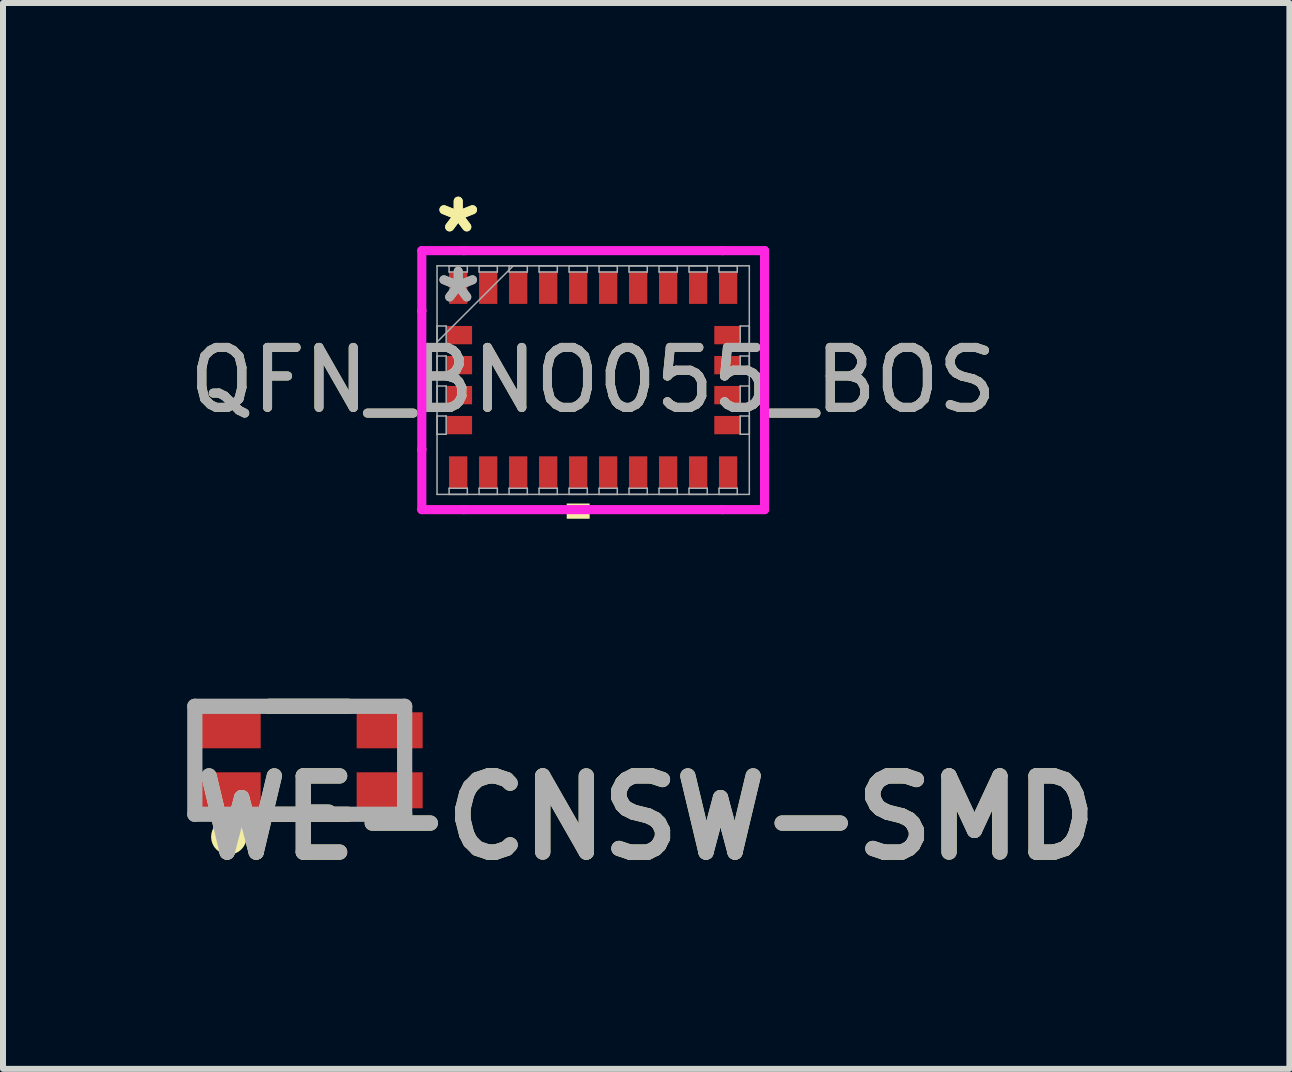
<source format=kicad_pcb>
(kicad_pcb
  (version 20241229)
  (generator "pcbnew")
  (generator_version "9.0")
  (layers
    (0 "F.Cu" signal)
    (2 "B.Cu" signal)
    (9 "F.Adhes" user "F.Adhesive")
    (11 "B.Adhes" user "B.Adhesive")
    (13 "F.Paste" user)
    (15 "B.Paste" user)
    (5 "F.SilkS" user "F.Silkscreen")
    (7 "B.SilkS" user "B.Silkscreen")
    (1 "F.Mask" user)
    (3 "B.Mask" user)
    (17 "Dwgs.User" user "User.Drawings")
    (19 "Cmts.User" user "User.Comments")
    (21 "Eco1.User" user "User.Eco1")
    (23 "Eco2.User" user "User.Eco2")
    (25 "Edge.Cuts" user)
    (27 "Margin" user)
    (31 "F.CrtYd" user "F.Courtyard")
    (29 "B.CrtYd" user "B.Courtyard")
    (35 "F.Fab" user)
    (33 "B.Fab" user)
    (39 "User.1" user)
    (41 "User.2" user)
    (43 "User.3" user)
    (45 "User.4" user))
  (footprint "WE-CNSW-SMD"
    (layer "F.Cu")
    (at 2.096 9.625)
    (property "Reference" "WE-CNSW-SMD" (at 5.626 0.956 0) (layer "F.SilkS") (effects (font (size 1.27 1.27) (thickness 0.254))))
    (attr smd)
    (fp_line (start -0.662 -0.9) (end 0.663 -0.9) (stroke (width 0.254) (type solid)) (layer "F.SilkS"))
    (fp_line (start -0.638 0.9) (end 0.651 0.9) (stroke (width 0.254) (type solid)) (layer "F.SilkS"))
    (fp_circle (center -1.331 1.276) (end -1.331 1.318) (stroke (width 0.254) (type solid)) (fill no) (layer "F.SilkS"))
    (fp_line (start -1.898 -0.9) (end 1.6 -0.9) (stroke (width 0.254) (type solid)) (layer "F.Fab"))
    (fp_line (start -1.898 0.9) (end -1.898 -0.9) (stroke (width 0.254) (type solid)) (layer "F.Fab"))
    (fp_line (start 1.6 -0.9) (end 1.6 0.9) (stroke (width 0.254) (type solid)) (layer "F.Fab"))
    (fp_line (start 1.6 0.9) (end -1.898 0.9) (stroke (width 0.254) (type solid)) (layer "F.Fab"))
    (fp_text user "${REFERENCE}" (at 5.626 0.956 0) (layer "F.Fab") (effects (font (size 1.27 1.27) (thickness 0.254))))
    (pad "1" smd rect (at -1.35 0.5 90) (size 0.6 1.1) (layers "F.Cu" "F.Mask" "F.Paste"))
    (pad "2" smd rect (at 1.35 0.5 90) (size 0.6 1.1) (layers "F.Cu" "F.Mask" "F.Paste"))
    (pad "3" smd rect (at 1.35 -0.5 90) (size 0.6 1.1) (layers "F.Cu" "F.Mask" "F.Paste"))
    (pad "4" smd rect (at -1.35 -0.5 90) (size 0.6 1.1) (layers "F.Cu" "F.Mask" "F.Paste")))
  (footprint "QFN_BNO055_BOS"
    (layer "F.Cu")
    (at 6.839 3.287)
    (property "Reference" "QFN_BNO055_BOS" (at 0 0 0) (unlocked yes) (layer "F.SilkS") (effects (font (size 1 1) (thickness 0.15))))
    (attr smd)
    (fp_poly (pts (xy -0.441 2.057) (xy -0.441 2.311) (xy -0.059 2.311) (xy -0.059 2.057)) (stroke (width 0) (type solid)) (fill yes) (layer "F.SilkS"))
    (fp_line (start -2.857 -2.159) (end -2.156 -2.159) (stroke (width 0.152) (type solid)) (layer "F.CrtYd"))
    (fp_line (start -2.857 -1.156) (end -2.857 -2.159) (stroke (width 0.152) (type solid)) (layer "F.CrtYd"))
    (fp_line (start -2.857 -1.156) (end -2.857 -1.156) (stroke (width 0.152) (type solid)) (layer "F.CrtYd"))
    (fp_line (start -2.857 1.156) (end -2.857 -1.156) (stroke (width 0.152) (type solid)) (layer "F.CrtYd"))
    (fp_line (start -2.857 1.156) (end -2.857 1.156) (stroke (width 0.152) (type solid)) (layer "F.CrtYd"))
    (fp_line (start -2.857 2.159) (end -2.857 1.156) (stroke (width 0.152) (type solid)) (layer "F.CrtYd"))
    (fp_line (start -2.156 -2.159) (end -2.156 -2.159) (stroke (width 0.152) (type solid)) (layer "F.CrtYd"))
    (fp_line (start -2.156 -2.159) (end 2.156 -2.159) (stroke (width 0.152) (type solid)) (layer "F.CrtYd"))
    (fp_line (start -2.156 2.159) (end -2.857 2.159) (stroke (width 0.152) (type solid)) (layer "F.CrtYd"))
    (fp_line (start -2.156 2.159) (end -2.156 2.159) (stroke (width 0.152) (type solid)) (layer "F.CrtYd"))
    (fp_line (start 2.156 -2.159) (end 2.156 -2.159) (stroke (width 0.152) (type solid)) (layer "F.CrtYd"))
    (fp_line (start 2.156 -2.159) (end 2.857 -2.159) (stroke (width 0.152) (type solid)) (layer "F.CrtYd"))
    (fp_line (start 2.156 2.159) (end -2.156 2.159) (stroke (width 0.152) (type solid)) (layer "F.CrtYd"))
    (fp_line (start 2.156 2.159) (end 2.156 2.159) (stroke (width 0.152) (type solid)) (layer "F.CrtYd"))
    (fp_line (start 2.857 -2.159) (end 2.857 -1.156) (stroke (width 0.152) (type solid)) (layer "F.CrtYd"))
    (fp_line (start 2.857 -1.156) (end 2.857 -1.156) (stroke (width 0.152) (type solid)) (layer "F.CrtYd"))
    (fp_line (start 2.857 -1.156) (end 2.857 1.156) (stroke (width 0.152) (type solid)) (layer "F.CrtYd"))
    (fp_line (start 2.857 1.156) (end 2.857 1.156) (stroke (width 0.152) (type solid)) (layer "F.CrtYd"))
    (fp_line (start 2.857 1.156) (end 2.857 2.159) (stroke (width 0.152) (type solid)) (layer "F.CrtYd"))
    (fp_line (start 2.857 2.159) (end 2.156 2.159) (stroke (width 0.152) (type solid)) (layer "F.CrtYd"))
    (fp_line (start -2.603 -1.905) (end -2.603 1.905) (stroke (width 0.025) (type solid)) (layer "F.Fab"))
    (fp_line (start -2.603 -0.902) (end -2.451 -0.902) (stroke (width 0.025) (type solid)) (layer "F.Fab"))
    (fp_line (start -2.603 -0.635) (end -1.333 -1.905) (stroke (width 0.025) (type solid)) (layer "F.Fab"))
    (fp_line (start -2.603 -0.598) (end -2.603 -0.902) (stroke (width 0.025) (type solid)) (layer "F.Fab"))
    (fp_line (start -2.603 -0.402) (end -2.451 -0.402) (stroke (width 0.025) (type solid)) (layer "F.Fab"))
    (fp_line (start -2.603 -0.098) (end -2.603 -0.402) (stroke (width 0.025) (type solid)) (layer "F.Fab"))
    (fp_line (start -2.603 0.098) (end -2.451 0.098) (stroke (width 0.025) (type solid)) (layer "F.Fab"))
    (fp_line (start -2.603 0.402) (end -2.603 0.098) (stroke (width 0.025) (type solid)) (layer "F.Fab"))
    (fp_line (start -2.603 0.598) (end -2.451 0.598) (stroke (width 0.025) (type solid)) (layer "F.Fab"))
    (fp_line (start -2.603 0.902) (end -2.603 0.598) (stroke (width 0.025) (type solid)) (layer "F.Fab"))
    (fp_line (start -2.603 1.905) (end 2.603 1.905) (stroke (width 0.025) (type solid)) (layer "F.Fab"))
    (fp_line (start -2.451 -0.902) (end -2.451 -0.598) (stroke (width 0.025) (type solid)) (layer "F.Fab"))
    (fp_line (start -2.451 -0.598) (end -2.603 -0.598) (stroke (width 0.025) (type solid)) (layer "F.Fab"))
    (fp_line (start -2.451 -0.402) (end -2.451 -0.098) (stroke (width 0.025) (type solid)) (layer "F.Fab"))
    (fp_line (start -2.451 -0.098) (end -2.603 -0.098) (stroke (width 0.025) (type solid)) (layer "F.Fab"))
    (fp_line (start -2.451 0.098) (end -2.451 0.402) (stroke (width 0.025) (type solid)) (layer "F.Fab"))
    (fp_line (start -2.451 0.402) (end -2.603 0.402) (stroke (width 0.025) (type solid)) (layer "F.Fab"))
    (fp_line (start -2.451 0.598) (end -2.451 0.902) (stroke (width 0.025) (type solid)) (layer "F.Fab"))
    (fp_line (start -2.451 0.902) (end -2.603 0.902) (stroke (width 0.025) (type solid)) (layer "F.Fab"))
    (fp_line (start -2.402 -1.905) (end -2.098 -1.905) (stroke (width 0.025) (type solid)) (layer "F.Fab"))
    (fp_line (start -2.402 -1.803) (end -2.402 -1.905) (stroke (width 0.025) (type solid)) (layer "F.Fab"))
    (fp_line (start -2.402 1.803) (end -2.098 1.803) (stroke (width 0.025) (type solid)) (layer "F.Fab"))
    (fp_line (start -2.402 1.905) (end -2.402 1.803) (stroke (width 0.025) (type solid)) (layer "F.Fab"))
    (fp_line (start -2.098 -1.905) (end -2.098 -1.803) (stroke (width 0.025) (type solid)) (layer "F.Fab"))
    (fp_line (start -2.098 -1.803) (end -2.402 -1.803) (stroke (width 0.025) (type solid)) (layer "F.Fab"))
    (fp_line (start -2.098 1.803) (end -2.098 1.905) (stroke (width 0.025) (type solid)) (layer "F.Fab"))
    (fp_line (start -2.098 1.905) (end -2.402 1.905) (stroke (width 0.025) (type solid)) (layer "F.Fab"))
    (fp_line (start -1.902 -1.905) (end -1.598 -1.905) (stroke (width 0.025) (type solid)) (layer "F.Fab"))
    (fp_line (start -1.902 -1.803) (end -1.902 -1.905) (stroke (width 0.025) (type solid)) (layer "F.Fab"))
    (fp_line (start -1.902 1.803) (end -1.598 1.803) (stroke (width 0.025) (type solid)) (layer "F.Fab"))
    (fp_line (start -1.902 1.905) (end -1.902 1.803) (stroke (width 0.025) (type solid)) (layer "F.Fab"))
    (fp_line (start -1.598 -1.905) (end -1.598 -1.803) (stroke (width 0.025) (type solid)) (layer "F.Fab"))
    (fp_line (start -1.598 -1.803) (end -1.902 -1.803) (stroke (width 0.025) (type solid)) (layer "F.Fab"))
    (fp_line (start -1.598 1.803) (end -1.598 1.905) (stroke (width 0.025) (type solid)) (layer "F.Fab"))
    (fp_line (start -1.598 1.905) (end -1.902 1.905) (stroke (width 0.025) (type solid)) (layer "F.Fab"))
    (fp_line (start -1.402 -1.905) (end -1.098 -1.905) (stroke (width 0.025) (type solid)) (layer "F.Fab"))
    (fp_line (start -1.402 -1.803) (end -1.402 -1.905) (stroke (width 0.025) (type solid)) (layer "F.Fab"))
    (fp_line (start -1.402 1.803) (end -1.098 1.803) (stroke (width 0.025) (type solid)) (layer "F.Fab"))
    (fp_line (start -1.402 1.905) (end -1.402 1.803) (stroke (width 0.025) (type solid)) (layer "F.Fab"))
    (fp_line (start -1.098 -1.905) (end -1.098 -1.803) (stroke (width 0.025) (type solid)) (layer "F.Fab"))
    (fp_line (start -1.098 -1.803) (end -1.402 -1.803) (stroke (width 0.025) (type solid)) (layer "F.Fab"))
    (fp_line (start -1.098 1.803) (end -1.098 1.905) (stroke (width 0.025) (type solid)) (layer "F.Fab"))
    (fp_line (start -1.098 1.905) (end -1.402 1.905) (stroke (width 0.025) (type solid)) (layer "F.Fab"))
    (fp_line (start -0.902 -1.905) (end -0.598 -1.905) (stroke (width 0.025) (type solid)) (layer "F.Fab"))
    (fp_line (start -0.902 -1.803) (end -0.902 -1.905) (stroke (width 0.025) (type solid)) (layer "F.Fab"))
    (fp_line (start -0.902 1.803) (end -0.598 1.803) (stroke (width 0.025) (type solid)) (layer "F.Fab"))
    (fp_line (start -0.902 1.905) (end -0.902 1.803) (stroke (width 0.025) (type solid)) (layer "F.Fab"))
    (fp_line (start -0.598 -1.905) (end -0.598 -1.803) (stroke (width 0.025) (type solid)) (layer "F.Fab"))
    (fp_line (start -0.598 -1.803) (end -0.902 -1.803) (stroke (width 0.025) (type solid)) (layer "F.Fab"))
    (fp_line (start -0.598 1.803) (end -0.598 1.905) (stroke (width 0.025) (type solid)) (layer "F.Fab"))
    (fp_line (start -0.598 1.905) (end -0.902 1.905) (stroke (width 0.025) (type solid)) (layer "F.Fab"))
    (fp_line (start -0.402 -1.905) (end -0.098 -1.905) (stroke (width 0.025) (type solid)) (layer "F.Fab"))
    (fp_line (start -0.402 -1.803) (end -0.402 -1.905) (stroke (width 0.025) (type solid)) (layer "F.Fab"))
    (fp_line (start -0.402 1.803) (end -0.098 1.803) (stroke (width 0.025) (type solid)) (layer "F.Fab"))
    (fp_line (start -0.402 1.905) (end -0.402 1.803) (stroke (width 0.025) (type solid)) (layer "F.Fab"))
    (fp_line (start -0.098 -1.905) (end -0.098 -1.803) (stroke (width 0.025) (type solid)) (layer "F.Fab"))
    (fp_line (start -0.098 -1.803) (end -0.402 -1.803) (stroke (width 0.025) (type solid)) (layer "F.Fab"))
    (fp_line (start -0.098 1.803) (end -0.098 1.905) (stroke (width 0.025) (type solid)) (layer "F.Fab"))
    (fp_line (start -0.098 1.905) (end -0.402 1.905) (stroke (width 0.025) (type solid)) (layer "F.Fab"))
    (fp_line (start 0.098 -1.905) (end 0.402 -1.905) (stroke (width 0.025) (type solid)) (layer "F.Fab"))
    (fp_line (start 0.098 -1.803) (end 0.098 -1.905) (stroke (width 0.025) (type solid)) (layer "F.Fab"))
    (fp_line (start 0.098 1.803) (end 0.402 1.803) (stroke (width 0.025) (type solid)) (layer "F.Fab"))
    (fp_line (start 0.098 1.905) (end 0.098 1.803) (stroke (width 0.025) (type solid)) (layer "F.Fab"))
    (fp_line (start 0.402 -1.905) (end 0.402 -1.803) (stroke (width 0.025) (type solid)) (layer "F.Fab"))
    (fp_line (start 0.402 -1.803) (end 0.098 -1.803) (stroke (width 0.025) (type solid)) (layer "F.Fab"))
    (fp_line (start 0.402 1.803) (end 0.402 1.905) (stroke (width 0.025) (type solid)) (layer "F.Fab"))
    (fp_line (start 0.402 1.905) (end 0.098 1.905) (stroke (width 0.025) (type solid)) (layer "F.Fab"))
    (fp_line (start 0.598 -1.905) (end 0.902 -1.905) (stroke (width 0.025) (type solid)) (layer "F.Fab"))
    (fp_line (start 0.598 -1.803) (end 0.598 -1.905) (stroke (width 0.025) (type solid)) (layer "F.Fab"))
    (fp_line (start 0.598 1.803) (end 0.902 1.803) (stroke (width 0.025) (type solid)) (layer "F.Fab"))
    (fp_line (start 0.598 1.905) (end 0.598 1.803) (stroke (width 0.025) (type solid)) (layer "F.Fab"))
    (fp_line (start 0.902 -1.905) (end 0.902 -1.803) (stroke (width 0.025) (type solid)) (layer "F.Fab"))
    (fp_line (start 0.902 -1.803) (end 0.598 -1.803) (stroke (width 0.025) (type solid)) (layer "F.Fab"))
    (fp_line (start 0.902 1.803) (end 0.902 1.905) (stroke (width 0.025) (type solid)) (layer "F.Fab"))
    (fp_line (start 0.902 1.905) (end 0.598 1.905) (stroke (width 0.025) (type solid)) (layer "F.Fab"))
    (fp_line (start 1.098 -1.905) (end 1.402 -1.905) (stroke (width 0.025) (type solid)) (layer "F.Fab"))
    (fp_line (start 1.098 -1.803) (end 1.098 -1.905) (stroke (width 0.025) (type solid)) (layer "F.Fab"))
    (fp_line (start 1.098 1.803) (end 1.402 1.803) (stroke (width 0.025) (type solid)) (layer "F.Fab"))
    (fp_line (start 1.098 1.905) (end 1.098 1.803) (stroke (width 0.025) (type solid)) (layer "F.Fab"))
    (fp_line (start 1.402 -1.905) (end 1.402 -1.803) (stroke (width 0.025) (type solid)) (layer "F.Fab"))
    (fp_line (start 1.402 -1.803) (end 1.098 -1.803) (stroke (width 0.025) (type solid)) (layer "F.Fab"))
    (fp_line (start 1.402 1.803) (end 1.402 1.905) (stroke (width 0.025) (type solid)) (layer "F.Fab"))
    (fp_line (start 1.402 1.905) (end 1.098 1.905) (stroke (width 0.025) (type solid)) (layer "F.Fab"))
    (fp_line (start 1.598 -1.905) (end 1.902 -1.905) (stroke (width 0.025) (type solid)) (layer "F.Fab"))
    (fp_line (start 1.598 -1.803) (end 1.598 -1.905) (stroke (width 0.025) (type solid)) (layer "F.Fab"))
    (fp_line (start 1.598 1.803) (end 1.902 1.803) (stroke (width 0.025) (type solid)) (layer "F.Fab"))
    (fp_line (start 1.598 1.905) (end 1.598 1.803) (stroke (width 0.025) (type solid)) (layer "F.Fab"))
    (fp_line (start 1.902 -1.905) (end 1.902 -1.803) (stroke (width 0.025) (type solid)) (layer "F.Fab"))
    (fp_line (start 1.902 -1.803) (end 1.598 -1.803) (stroke (width 0.025) (type solid)) (layer "F.Fab"))
    (fp_line (start 1.902 1.803) (end 1.902 1.905) (stroke (width 0.025) (type solid)) (layer "F.Fab"))
    (fp_line (start 1.902 1.905) (end 1.598 1.905) (stroke (width 0.025) (type solid)) (layer "F.Fab"))
    (fp_line (start 2.098 -1.905) (end 2.402 -1.905) (stroke (width 0.025) (type solid)) (layer "F.Fab"))
    (fp_line (start 2.098 -1.803) (end 2.098 -1.905) (stroke (width 0.025) (type solid)) (layer "F.Fab"))
    (fp_line (start 2.098 1.803) (end 2.402 1.803) (stroke (width 0.025) (type solid)) (layer "F.Fab"))
    (fp_line (start 2.098 1.905) (end 2.098 1.803) (stroke (width 0.025) (type solid)) (layer "F.Fab"))
    (fp_line (start 2.402 -1.905) (end 2.402 -1.803) (stroke (width 0.025) (type solid)) (layer "F.Fab"))
    (fp_line (start 2.402 -1.803) (end 2.098 -1.803) (stroke (width 0.025) (type solid)) (layer "F.Fab"))
    (fp_line (start 2.402 1.803) (end 2.402 1.905) (stroke (width 0.025) (type solid)) (layer "F.Fab"))
    (fp_line (start 2.402 1.905) (end 2.098 1.905) (stroke (width 0.025) (type solid)) (layer "F.Fab"))
    (fp_line (start 2.451 -0.902) (end 2.603 -0.902) (stroke (width 0.025) (type solid)) (layer "F.Fab"))
    (fp_line (start 2.451 -0.598) (end 2.451 -0.902) (stroke (width 0.025) (type solid)) (layer "F.Fab"))
    (fp_line (start 2.451 -0.402) (end 2.603 -0.402) (stroke (width 0.025) (type solid)) (layer "F.Fab"))
    (fp_line (start 2.451 -0.098) (end 2.451 -0.402) (stroke (width 0.025) (type solid)) (layer "F.Fab"))
    (fp_line (start 2.451 0.098) (end 2.603 0.098) (stroke (width 0.025) (type solid)) (layer "F.Fab"))
    (fp_line (start 2.451 0.402) (end 2.451 0.098) (stroke (width 0.025) (type solid)) (layer "F.Fab"))
    (fp_line (start 2.451 0.598) (end 2.603 0.598) (stroke (width 0.025) (type solid)) (layer "F.Fab"))
    (fp_line (start 2.451 0.902) (end 2.451 0.598) (stroke (width 0.025) (type solid)) (layer "F.Fab"))
    (fp_line (start 2.603 -1.905) (end -2.603 -1.905) (stroke (width 0.025) (type solid)) (layer "F.Fab"))
    (fp_line (start 2.603 -0.902) (end 2.603 -0.598) (stroke (width 0.025) (type solid)) (layer "F.Fab"))
    (fp_line (start 2.603 -0.598) (end 2.451 -0.598) (stroke (width 0.025) (type solid)) (layer "F.Fab"))
    (fp_line (start 2.603 -0.402) (end 2.603 -0.098) (stroke (width 0.025) (type solid)) (layer "F.Fab"))
    (fp_line (start 2.603 -0.098) (end 2.451 -0.098) (stroke (width 0.025) (type solid)) (layer "F.Fab"))
    (fp_line (start 2.603 0.098) (end 2.603 0.402) (stroke (width 0.025) (type solid)) (layer "F.Fab"))
    (fp_line (start 2.603 0.402) (end 2.451 0.402) (stroke (width 0.025) (type solid)) (layer "F.Fab"))
    (fp_line (start 2.603 0.598) (end 2.603 0.902) (stroke (width 0.025) (type solid)) (layer "F.Fab"))
    (fp_line (start 2.603 0.902) (end 2.451 0.902) (stroke (width 0.025) (type solid)) (layer "F.Fab"))
    (fp_line (start 2.603 1.905) (end 2.603 -1.905) (stroke (width 0.025) (type solid)) (layer "F.Fab"))
    (fp_text user "*" (at -2.25 -2.438 0) (unlocked yes) (layer "F.SilkS") (effects (font (size 1 1) (thickness 0.15))))
    (fp_text user "*" (at -2.25 -2.438 0) (layer "F.SilkS") (effects (font (size 1 1) (thickness 0.15))))
    (fp_text user "*" (at -2.25 -1.27 0) (layer "F.Fab") (effects (font (size 1 1) (thickness 0.15))))
    (fp_text user "${REFERENCE}" (at 0 0 0) (unlocked yes) (layer "F.Fab") (effects (font (size 1 1) (thickness 0.15))))
    (fp_text user "*" (at -2.25 -1.27 0) (unlocked yes) (layer "F.Fab") (effects (font (size 1 1) (thickness 0.15))))
    (pad "1" smd rect (at -2.25 -1.537) (size 0.305 0.533) (layers "F.Cu" "F.Mask" "F.Paste"))
    (pad "2" smd rect (at -2.235 -0.75 90) (size 0.305 0.432) (layers "F.Cu" "F.Mask" "F.Paste"))
    (pad "3" smd rect (at -2.235 -0.25 90) (size 0.305 0.432) (layers "F.Cu" "F.Mask" "F.Paste"))
    (pad "4" smd rect (at -2.235 0.25 90) (size 0.305 0.432) (layers "F.Cu" "F.Mask" "F.Paste"))
    (pad "5" smd rect (at -2.235 0.75 90) (size 0.305 0.432) (layers "F.Cu" "F.Mask" "F.Paste"))
    (pad "6" smd rect (at -2.25 1.537) (size 0.305 0.533) (layers "F.Cu" "F.Mask" "F.Paste"))
    (pad "7" smd rect (at -1.75 1.537) (size 0.305 0.533) (layers "F.Cu" "F.Mask" "F.Paste"))
    (pad "8" smd rect (at -1.25 1.537) (size 0.305 0.533) (layers "F.Cu" "F.Mask" "F.Paste"))
    (pad "9" smd rect (at -0.75 1.537) (size 0.305 0.533) (layers "F.Cu" "F.Mask" "F.Paste"))
    (pad "10" smd rect (at -0.25 1.537) (size 0.305 0.533) (layers "F.Cu" "F.Mask" "F.Paste"))
    (pad "11" smd rect (at 0.25 1.537) (size 0.305 0.533) (layers "F.Cu" "F.Mask" "F.Paste"))
    (pad "12" smd rect (at 0.75 1.537) (size 0.305 0.533) (layers "F.Cu" "F.Mask" "F.Paste"))
    (pad "13" smd rect (at 1.25 1.537) (size 0.305 0.533) (layers "F.Cu" "F.Mask" "F.Paste"))
    (pad "14" smd rect (at 1.75 1.537) (size 0.305 0.533) (layers "F.Cu" "F.Mask" "F.Paste"))
    (pad "15" smd rect (at 2.25 1.537) (size 0.305 0.533) (layers "F.Cu" "F.Mask" "F.Paste"))
    (pad "16" smd rect (at 2.235 0.75 90) (size 0.305 0.432) (layers "F.Cu" "F.Mask" "F.Paste"))
    (pad "17" smd rect (at 2.235 0.25 90) (size 0.305 0.432) (layers "F.Cu" "F.Mask" "F.Paste"))
    (pad "18" smd rect (at 2.235 -0.25 90) (size 0.305 0.432) (layers "F.Cu" "F.Mask" "F.Paste"))
    (pad "19" smd rect (at 2.235 -0.75 90) (size 0.305 0.432) (layers "F.Cu" "F.Mask" "F.Paste"))
    (pad "20" smd rect (at 2.25 -1.537) (size 0.305 0.533) (layers "F.Cu" "F.Mask" "F.Paste"))
    (pad "21" smd rect (at 1.75 -1.537) (size 0.305 0.533) (layers "F.Cu" "F.Mask" "F.Paste"))
    (pad "22" smd rect (at 1.25 -1.537) (size 0.305 0.533) (layers "F.Cu" "F.Mask" "F.Paste"))
    (pad "23" smd rect (at 0.75 -1.537) (size 0.305 0.533) (layers "F.Cu" "F.Mask" "F.Paste"))
    (pad "24" smd rect (at 0.25 -1.537) (size 0.305 0.533) (layers "F.Cu" "F.Mask" "F.Paste"))
    (pad "25" smd rect (at -0.25 -1.537) (size 0.305 0.533) (layers "F.Cu" "F.Mask" "F.Paste"))
    (pad "26" smd rect (at -0.75 -1.537) (size 0.305 0.533) (layers "F.Cu" "F.Mask" "F.Paste"))
    (pad "27" smd rect (at -1.25 -1.537) (size 0.305 0.533) (layers "F.Cu" "F.Mask" "F.Paste"))
    (pad "28" smd rect (at -1.75 -1.537) (size 0.305 0.533) (layers "F.Cu" "F.Mask" "F.Paste")))
  (gr_rect
    (start -3 -3)
    (end 18.446 14.769)
    (stroke (width 0.1) (type default))
    (fill no)
    (layer "Edge.Cuts")))
</source>
